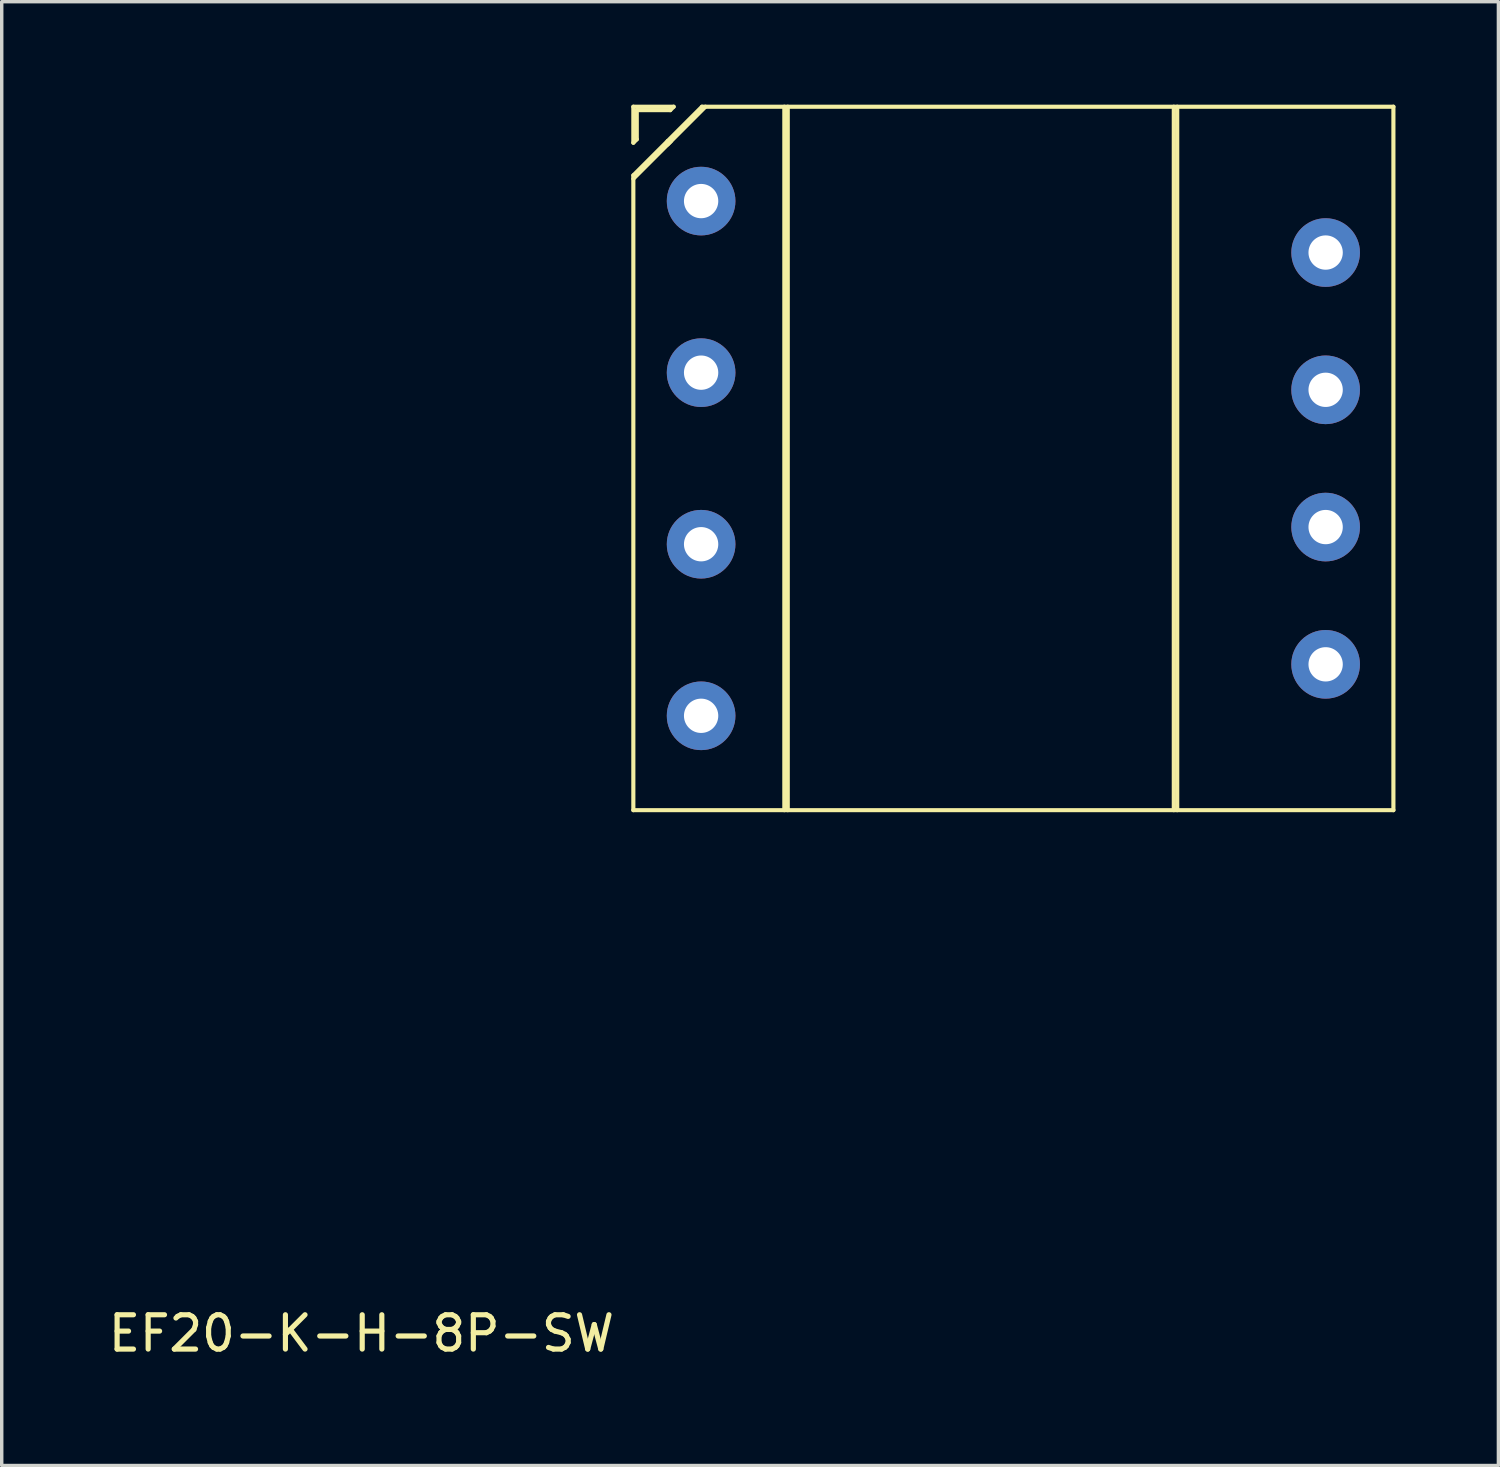
<source format=kicad_pcb>
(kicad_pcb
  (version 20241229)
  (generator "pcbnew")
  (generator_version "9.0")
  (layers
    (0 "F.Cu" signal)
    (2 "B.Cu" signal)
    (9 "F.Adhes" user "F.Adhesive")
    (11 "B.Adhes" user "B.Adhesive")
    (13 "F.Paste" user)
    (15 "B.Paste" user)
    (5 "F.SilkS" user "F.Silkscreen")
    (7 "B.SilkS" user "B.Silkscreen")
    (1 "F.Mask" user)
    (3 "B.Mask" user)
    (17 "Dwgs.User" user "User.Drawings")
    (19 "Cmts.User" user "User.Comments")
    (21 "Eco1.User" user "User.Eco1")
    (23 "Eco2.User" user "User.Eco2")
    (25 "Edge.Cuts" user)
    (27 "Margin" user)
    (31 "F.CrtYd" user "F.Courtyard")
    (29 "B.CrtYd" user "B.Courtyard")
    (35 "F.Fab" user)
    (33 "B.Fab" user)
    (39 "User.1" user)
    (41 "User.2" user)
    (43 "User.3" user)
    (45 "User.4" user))
  (footprint "EF20-K-H-8P-SW"
    (layer "F.Cu")
    (at 26.482 10.31)
    (property "Reference" "EF20-K-H-8P-SW" (at -19 25.5 0) (layer "F.SilkS") (effects (font (size 1 1) (thickness 0.15))))
    (attr through_hole)
    (fp_line (start -11.075 -9.2) (end -11.075 -10.25) (stroke (width 0.12) (type solid)) (layer "F.SilkS"))
    (fp_line (start -11.075 10.25) (end -11.075 -8.25) (stroke (width 0.12) (type solid)) (layer "F.SilkS"))
    (fp_line (start -10.975 -9.3) (end -11.075 -9.2) (stroke (width 0.12) (type solid)) (layer "F.SilkS"))
    (fp_line (start -10.975 -9.3) (end -10.975 -10.15) (stroke (width 0.12) (type solid)) (layer "F.SilkS"))
    (fp_line (start -10.075 -9.25) (end -11.075 -8.25) (stroke (width 0.12) (type solid)) (layer "F.SilkS"))
    (fp_line (start -10 -10.15) (end -10.975 -10.15) (stroke (width 0.12) (type solid)) (layer "F.SilkS"))
    (fp_line (start -9.975 -9.25) (end -11.075 -8.15) (stroke (width 0.12) (type solid)) (layer "F.SilkS"))
    (fp_line (start -9.9 -10.25) (end -11.075 -10.25) (stroke (width 0.12) (type solid)) (layer "F.SilkS"))
    (fp_line (start -9.9 -10.25) (end -10 -10.15) (stroke (width 0.12) (type solid)) (layer "F.SilkS"))
    (fp_line (start -9.075 -10.25) (end -10.075 -9.25) (stroke (width 0.12) (type solid)) (layer "F.SilkS"))
    (fp_line (start -8.975 -10.25) (end -10.075 -9.15) (stroke (width 0.12) (type solid)) (layer "F.SilkS"))
    (fp_line (start -6.675 10.25) (end -6.675 -10.25) (stroke (width 0.12) (type solid)) (layer "F.SilkS"))
    (fp_line (start -6.575 10.25) (end -6.575 -10.25) (stroke (width 0.12) (type solid)) (layer "F.SilkS"))
    (fp_line (start 4.675 10.25) (end 4.675 -10.25) (stroke (width 0.12) (type solid)) (layer "F.SilkS"))
    (fp_line (start 4.775 10.25) (end 4.775 -10.25) (stroke (width 0.12) (type solid)) (layer "F.SilkS"))
    (fp_line (start 11.075 -10.25) (end -9.075 -10.25) (stroke (width 0.12) (type solid)) (layer "F.SilkS"))
    (fp_line (start 11.075 10.25) (end -11.075 10.25) (stroke (width 0.12) (type solid)) (layer "F.SilkS"))
    (fp_line (start 11.075 10.25) (end 11.075 -10.25) (stroke (width 0.12) (type solid)) (layer "F.SilkS"))
    (pad "1" thru_hole circle (at -9.1 -7.5) (size 2 2) (drill 1) (layers "*.Cu" "*.Mask"))
    (pad "2" thru_hole circle (at -9.1 -2.5) (size 2 2) (drill 1) (layers "*.Cu" "*.Mask"))
    (pad "3" thru_hole circle (at -9.1 2.5) (size 2 2) (drill 1) (layers "*.Cu" "*.Mask"))
    (pad "4" thru_hole circle (at -9.1 7.5) (size 2 2) (drill 1) (layers "*.Cu" "*.Mask"))
    (pad "5" thru_hole circle (at 9.1 2) (size 2 2) (drill 1) (layers "*.Cu" "*.Mask"))
    (pad "6" thru_hole circle (at 9.1 -2) (size 2 2) (drill 1) (layers "*.Cu" "*.Mask"))
    (pad "7" thru_hole circle (at 9.1 6) (size 2 2) (drill 1) (layers "*.Cu" "*.Mask"))
    (pad "8" thru_hole circle (at 9.1 -6) (size 2 2) (drill 1) (layers "*.Cu" "*.Mask")))
  (gr_rect
    (start -3 -3)
    (end 40.617 39.658)
    (stroke (width 0.1) (type default))
    (fill no)
    (layer "Edge.Cuts")))
</source>
